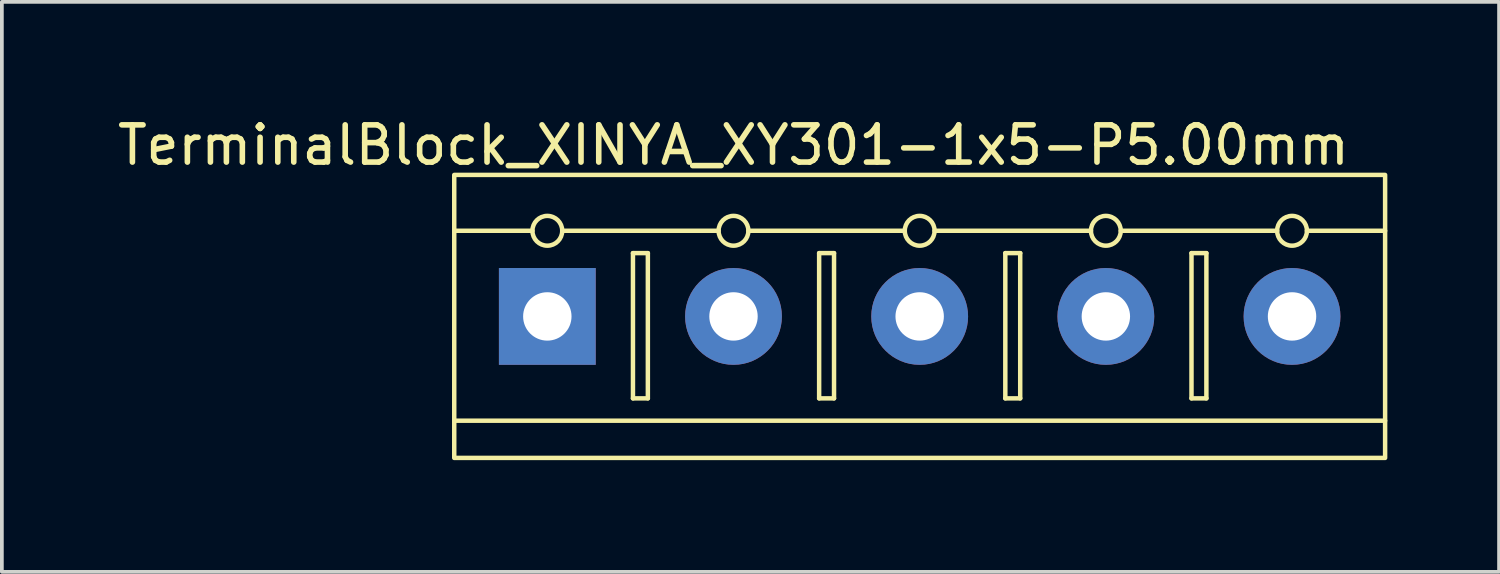
<source format=kicad_pcb>
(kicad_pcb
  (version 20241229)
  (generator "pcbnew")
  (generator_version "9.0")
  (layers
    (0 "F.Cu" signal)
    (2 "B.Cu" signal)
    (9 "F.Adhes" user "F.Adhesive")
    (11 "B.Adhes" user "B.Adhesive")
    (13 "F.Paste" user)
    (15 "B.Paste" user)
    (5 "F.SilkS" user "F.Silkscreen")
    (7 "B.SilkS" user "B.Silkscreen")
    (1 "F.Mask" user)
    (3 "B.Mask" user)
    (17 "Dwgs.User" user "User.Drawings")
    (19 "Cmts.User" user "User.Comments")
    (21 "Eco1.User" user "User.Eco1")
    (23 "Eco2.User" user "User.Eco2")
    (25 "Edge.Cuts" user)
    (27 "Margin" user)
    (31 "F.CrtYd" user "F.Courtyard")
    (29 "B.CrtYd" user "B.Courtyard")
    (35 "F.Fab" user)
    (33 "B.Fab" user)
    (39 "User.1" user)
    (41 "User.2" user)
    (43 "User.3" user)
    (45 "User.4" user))
  (footprint "TerminalBlock_XINYA_XY301-1x5-P5.00mm"
    (layer "F.Cu")
    (at 9.149 1.648)
    (property "Reference" "TerminalBlock_XINYA_XY301-1x5-P5.00mm" (at 7.5 -0.8 0) (unlocked yes) (layer "F.SilkS") (effects (font (size 1 1) (thickness 0.15))))
    (attr through_hole)
    (fp_line (start 2.1 1.5) (end 0 1.5) (stroke (width 0.12) (type solid)) (layer "F.SilkS"))
    (fp_line (start 4.8 2.1) (end 4.8 6) (stroke (width 0.12) (type solid)) (layer "F.SilkS"))
    (fp_line (start 4.8 6) (end 5.2 6) (stroke (width 0.12) (type solid)) (layer "F.SilkS"))
    (fp_line (start 5.2 2.1) (end 4.8 2.1) (stroke (width 0.12) (type solid)) (layer "F.SilkS"))
    (fp_line (start 5.2 6) (end 5.2 2.1) (stroke (width 0.12) (type solid)) (layer "F.SilkS"))
    (fp_line (start 7.1 1.5) (end 2.9 1.5) (stroke (width 0.12) (type solid)) (layer "F.SilkS"))
    (fp_line (start 9.8 2.1) (end 9.8 6) (stroke (width 0.12) (type solid)) (layer "F.SilkS"))
    (fp_line (start 9.8 6) (end 10.2 6) (stroke (width 0.12) (type solid)) (layer "F.SilkS"))
    (fp_line (start 10.2 2.1) (end 9.8 2.1) (stroke (width 0.12) (type solid)) (layer "F.SilkS"))
    (fp_line (start 10.2 6) (end 10.2 2.1) (stroke (width 0.12) (type solid)) (layer "F.SilkS"))
    (fp_line (start 12.1 1.5) (end 7.9 1.5) (stroke (width 0.12) (type solid)) (layer "F.SilkS"))
    (fp_line (start 14.8 2.1) (end 14.8 6) (stroke (width 0.12) (type solid)) (layer "F.SilkS"))
    (fp_line (start 14.8 6) (end 15.2 6) (stroke (width 0.12) (type solid)) (layer "F.SilkS"))
    (fp_line (start 15.2 2.1) (end 14.8 2.1) (stroke (width 0.12) (type solid)) (layer "F.SilkS"))
    (fp_line (start 15.2 6) (end 15.2 2.1) (stroke (width 0.12) (type solid)) (layer "F.SilkS"))
    (fp_line (start 17.1 1.5) (end 12.9 1.5) (stroke (width 0.12) (type solid)) (layer "F.SilkS"))
    (fp_line (start 19.8 2.1) (end 19.8 6) (stroke (width 0.12) (type solid)) (layer "F.SilkS"))
    (fp_line (start 19.8 6) (end 20.2 6) (stroke (width 0.12) (type solid)) (layer "F.SilkS"))
    (fp_line (start 20.2 2.1) (end 19.8 2.1) (stroke (width 0.12) (type solid)) (layer "F.SilkS"))
    (fp_line (start 20.2 6) (end 20.2 2.1) (stroke (width 0.12) (type solid)) (layer "F.SilkS"))
    (fp_line (start 22.1 1.5) (end 17.9 1.5) (stroke (width 0.12) (type solid)) (layer "F.SilkS"))
    (fp_line (start 25 1.5) (end 22.9 1.5) (stroke (width 0.12) (type solid)) (layer "F.SilkS"))
    (fp_line (start 25 6.6) (end 0 6.6) (stroke (width 0.12) (type solid)) (layer "F.SilkS"))
    (fp_rect (start 0 0) (end 25 7.6) (stroke (width 0.12) (type solid)) (fill no) (layer "F.SilkS"))
    (fp_circle (center 2.5 1.5) (end 2.9 1.5) (stroke (width 0.12) (type solid)) (fill no) (layer "F.SilkS"))
    (fp_circle (center 7.5 1.5) (end 7.9 1.5) (stroke (width 0.12) (type solid)) (fill no) (layer "F.SilkS"))
    (fp_circle (center 12.5 1.5) (end 12.9 1.5) (stroke (width 0.12) (type solid)) (fill no) (layer "F.SilkS"))
    (fp_circle (center 17.5 1.5) (end 17.9 1.5) (stroke (width 0.12) (type solid)) (fill no) (layer "F.SilkS"))
    (fp_circle (center 22.5 1.5) (end 22.9 1.5) (stroke (width 0.12) (type solid)) (fill no) (layer "F.SilkS"))
    (pad "1" thru_hole rect (at 2.5 3.8) (size 2.6 2.6) (drill 1.3) (layers "*.Cu" "*.Mask"))
    (pad "2" thru_hole circle (at 7.5 3.8) (size 2.6 2.6) (drill 1.3) (layers "*.Cu" "*.Mask"))
    (pad "3" thru_hole circle (at 12.5 3.8) (size 2.6 2.6) (drill 1.3) (layers "*.Cu" "*.Mask"))
    (pad "4" thru_hole circle (at 17.5 3.8) (size 2.6 2.6) (drill 1.3) (layers "*.Cu" "*.Mask"))
    (pad "5" thru_hole circle (at 22.5 3.8) (size 2.6 2.6) (drill 1.3) (layers "*.Cu" "*.Mask")))
  (gr_rect
    (start -3 -3)
    (end 37.209 12.308)
    (stroke (width 0.1) (type default))
    (fill no)
    (layer "Edge.Cuts")))
</source>
